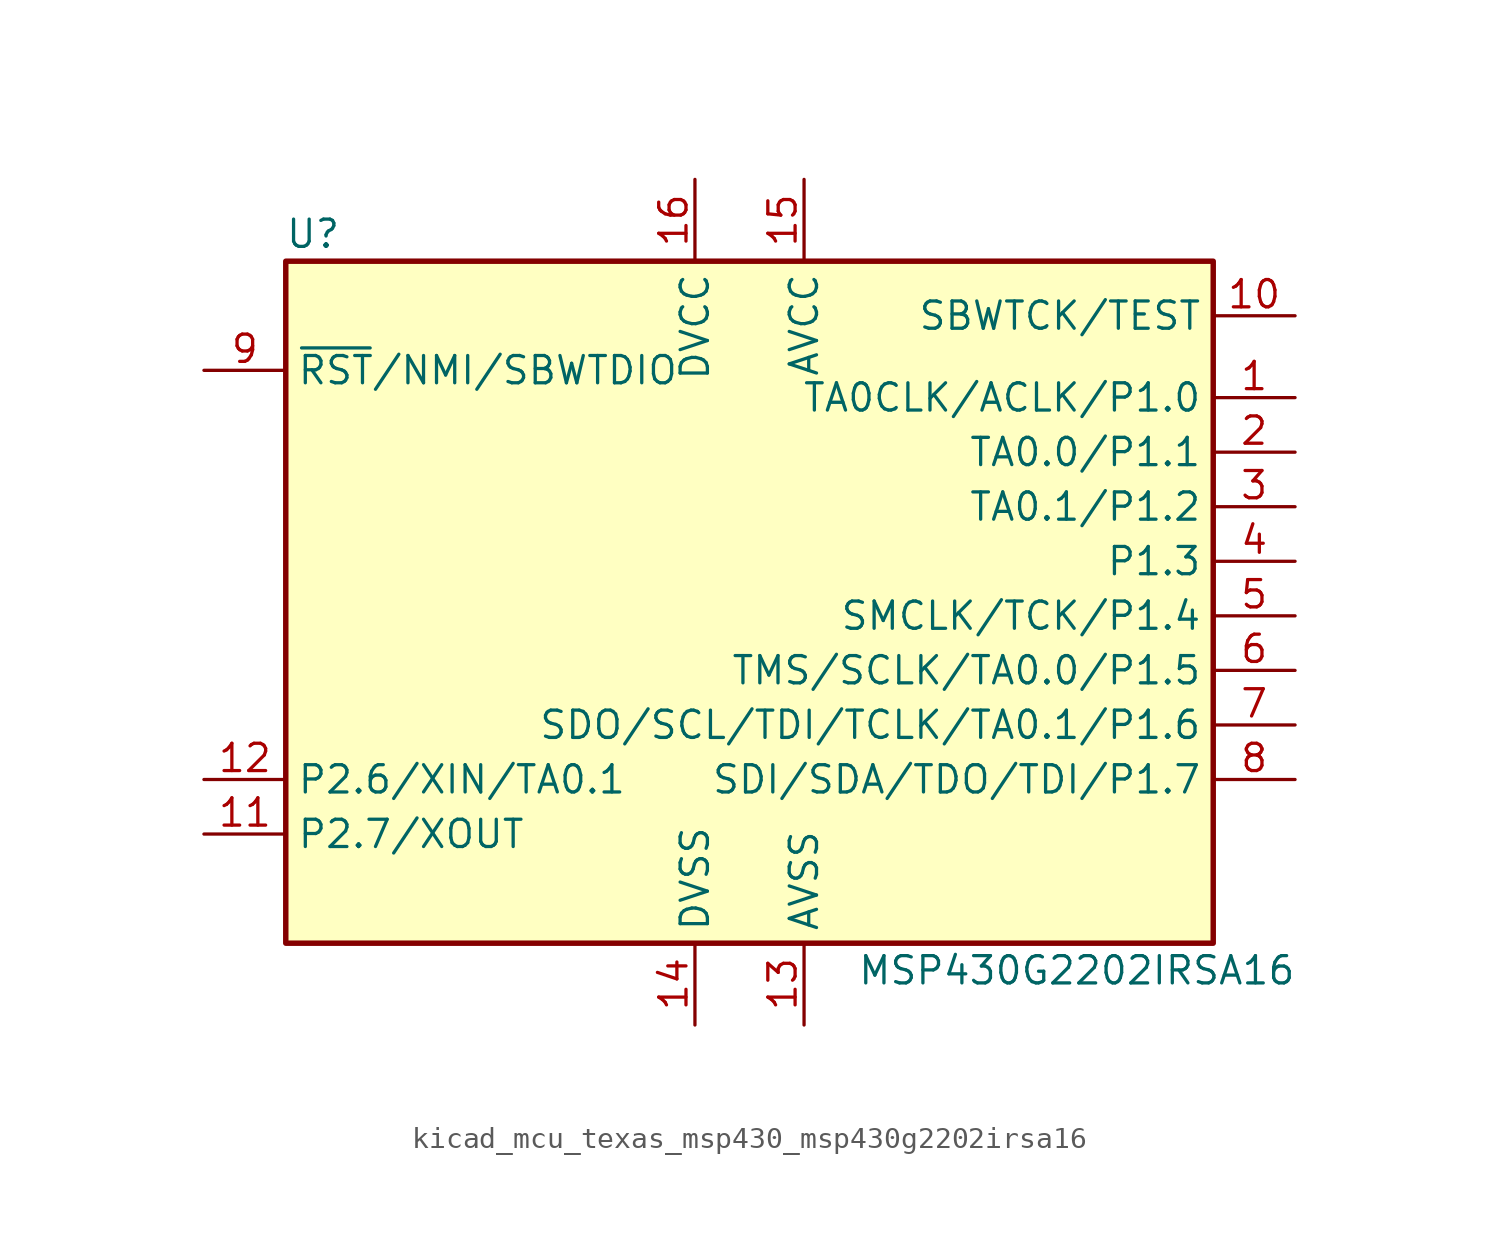
<source format=kicad_sym>
(kicad_symbol_lib
  (version 20220914)
  (generator kicad_symbol_editor)
  (symbol "kicad_mcu_texas_msp430_msp430g2202irsa16"
    (property "Reference" "U"
      (at -20.32 17.78 0)
      (effects (font (size 1.27 1.27))))
    (property "Value" "MSP430G2202IRSA16"
      (at 15.24 -16.51 0)
      (effects (font (size 1.27 1.27))))
    (symbol "kicad_mcu_texas_msp430_msp430g2202irsa16_0_1"
      (rectangle (start -21.59 16.51) (end 21.59 -15.24) (stroke (width 0.254) (type default)) (fill (type background))))
    (symbol "kicad_mcu_texas_msp430_msp430g2202irsa16_1_1"
      (pin bidirectional line (at 25.4 10.16 180) (length 3.81) (name "TA0CLK/ACLK/P1.0" (effects (font (size 1.27 1.27)))) (number "1" (effects (font (size 1.27 1.27)))))
      (pin input line (at 25.4 13.97 180) (length 3.81) (name "SBWTCK/TEST" (effects (font (size 1.27 1.27)))) (number "10" (effects (font (size 1.27 1.27)))))
      (pin bidirectional line (at -25.4 -10.16 0) (length 3.81) (name "P2.7/XOUT" (effects (font (size 1.27 1.27)))) (number "11" (effects (font (size 1.27 1.27)))))
      (pin bidirectional line (at -25.4 -7.62 0) (length 3.81) (name "P2.6/XIN/TA0.1" (effects (font (size 1.27 1.27)))) (number "12" (effects (font (size 1.27 1.27)))))
      (pin power_in line (at 2.54 -19.05 90) (length 3.81) (name "AVSS" (effects (font (size 1.27 1.27)))) (number "13" (effects (font (size 1.27 1.27)))))
      (pin power_in line (at -2.54 -19.05 90) (length 3.81) (name "DVSS" (effects (font (size 1.27 1.27)))) (number "14" (effects (font (size 1.27 1.27)))))
      (pin power_in line (at 2.54 20.32 270) (length 3.81) (name "AVCC" (effects (font (size 1.27 1.27)))) (number "15" (effects (font (size 1.27 1.27)))))
      (pin power_in line (at -2.54 20.32 270) (length 3.81) (name "DVCC" (effects (font (size 1.27 1.27)))) (number "16" (effects (font (size 1.27 1.27)))))
      (pin bidirectional line (at 25.4 7.62 180) (length 3.81) (name "TA0.0/P1.1" (effects (font (size 1.27 1.27)))) (number "2" (effects (font (size 1.27 1.27)))))
      (pin bidirectional line (at 25.4 5.08 180) (length 3.81) (name "TA0.1/P1.2" (effects (font (size 1.27 1.27)))) (number "3" (effects (font (size 1.27 1.27)))))
      (pin bidirectional line (at 25.4 2.54 180) (length 3.81) (name "P1.3" (effects (font (size 1.27 1.27)))) (number "4" (effects (font (size 1.27 1.27)))))
      (pin bidirectional line (at 25.4 0 180) (length 3.81) (name "SMCLK/TCK/P1.4" (effects (font (size 1.27 1.27)))) (number "5" (effects (font (size 1.27 1.27)))))
      (pin bidirectional line (at 25.4 -2.54 180) (length 3.81) (name "TMS/SCLK/TA0.0/P1.5" (effects (font (size 1.27 1.27)))) (number "6" (effects (font (size 1.27 1.27)))))
      (pin bidirectional line (at 25.4 -5.08 180) (length 3.81) (name "SDO/SCL/TDI/TCLK/TA0.1/P1.6" (effects (font (size 1.27 1.27)))) (number "7" (effects (font (size 1.27 1.27)))))
      (pin bidirectional line (at 25.4 -7.62 180) (length 3.81) (name "SDI/SDA/TDO/TDI/P1.7" (effects (font (size 1.27 1.27)))) (number "8" (effects (font (size 1.27 1.27)))))
      (pin input line (at -25.4 11.43 0) (length 3.81) (name "~{RST}/NMI/SBWTDIO" (effects (font (size 1.27 1.27)))) (number "9" (effects (font (size 1.27 1.27))))))))
</source>
